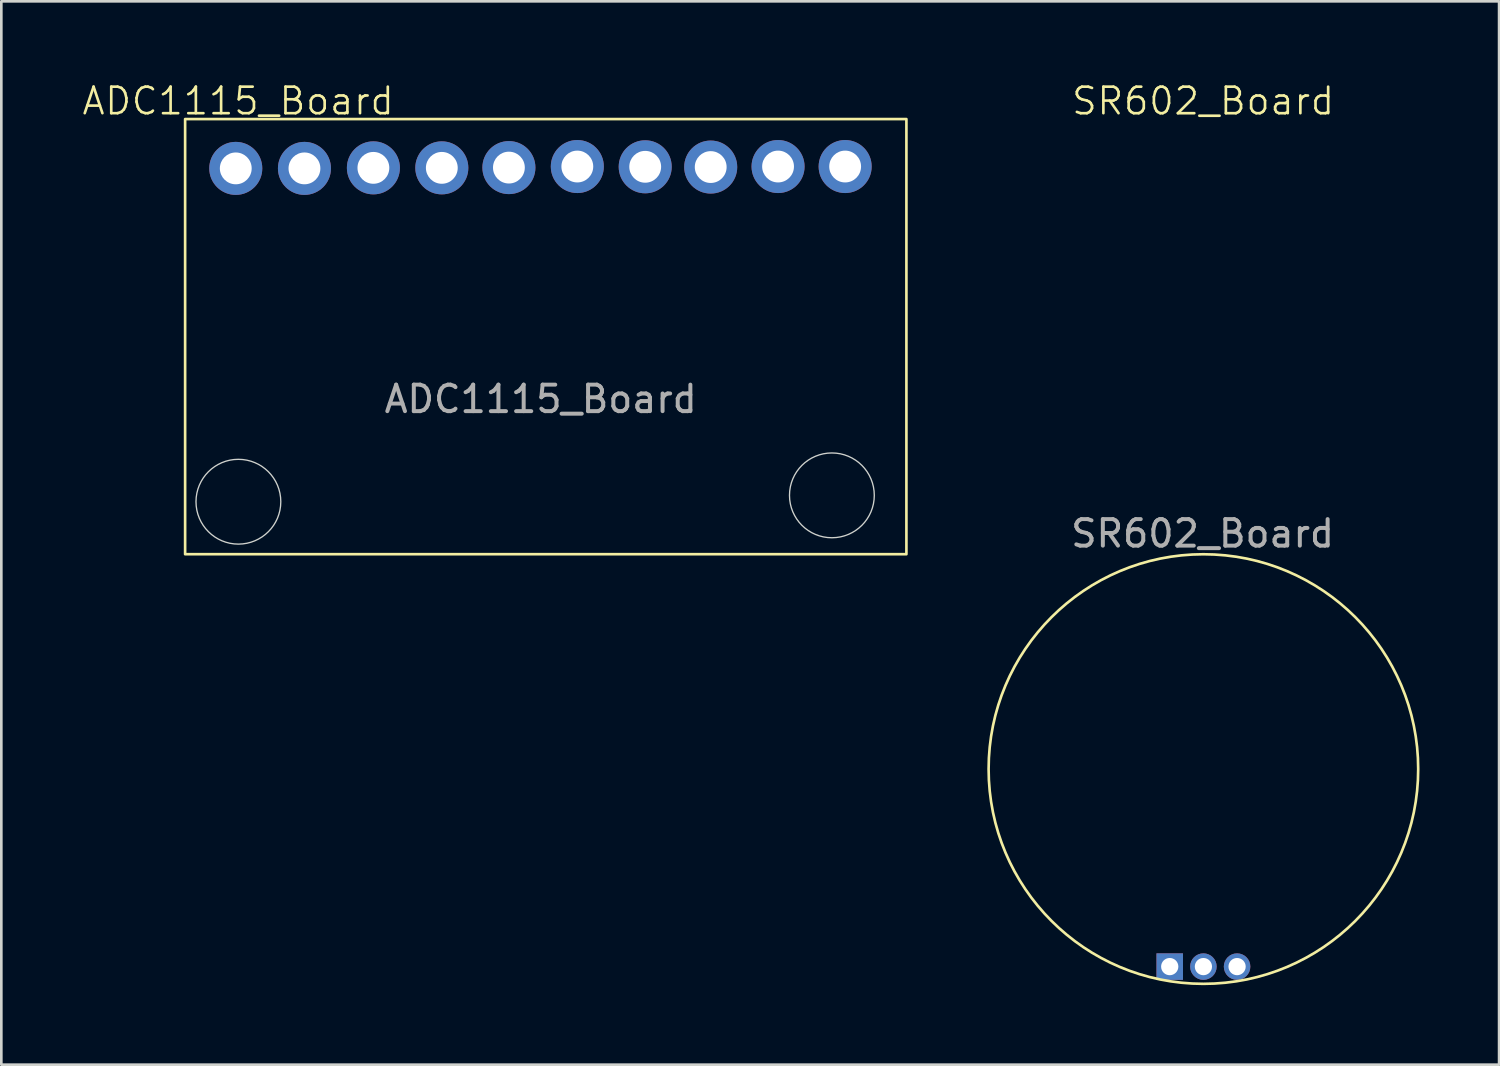
<source format=kicad_pcb>
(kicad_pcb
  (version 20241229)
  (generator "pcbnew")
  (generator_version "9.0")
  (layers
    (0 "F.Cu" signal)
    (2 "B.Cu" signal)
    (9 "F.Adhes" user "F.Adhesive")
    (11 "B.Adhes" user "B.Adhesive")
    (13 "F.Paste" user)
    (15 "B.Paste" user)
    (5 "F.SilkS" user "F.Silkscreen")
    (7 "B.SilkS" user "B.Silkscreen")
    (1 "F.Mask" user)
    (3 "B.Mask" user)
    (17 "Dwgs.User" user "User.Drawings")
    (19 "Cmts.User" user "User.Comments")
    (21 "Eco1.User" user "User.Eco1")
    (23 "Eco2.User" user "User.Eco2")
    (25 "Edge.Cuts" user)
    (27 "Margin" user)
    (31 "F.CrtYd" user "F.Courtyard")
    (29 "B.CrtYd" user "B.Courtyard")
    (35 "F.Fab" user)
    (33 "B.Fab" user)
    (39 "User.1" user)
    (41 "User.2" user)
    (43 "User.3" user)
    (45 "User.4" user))
  (footprint "ADC1115_Board"
    (layer "F.Cu")
    (at 17.331 11.32)
    (property "Reference" "ADC1115_Board" (at -11.4 -10.56 0) (unlocked yes) (layer "F.SilkS") (effects (font (size 1 1) (thickness 0.1))))
    (attr smd)
    (fp_rect (start -13.4 -9.88) (end 13.8 6.53) (stroke (width 0.1) (type default)) (fill no) (layer "F.SilkS"))
    (fp_circle (center -11.391 4.55) (end -9.831 4.2) (stroke (width 0.05) (type default)) (fill no) (layer "Edge.Cuts"))
    (fp_circle (center 10.99 4.31) (end 12.55 3.96) (stroke (width 0.05) (type default)) (fill no) (layer "Edge.Cuts"))
    (fp_text user "${REFERENCE}" (at 0.01 0.68 0) (unlocked yes) (layer "F.Fab") (effects (font (size 1 1) (thickness 0.15))))
    (pad "1" thru_hole circle (at -11.49 -8.02) (size 2 2) (drill 1.2) (layers "*.Cu" "*.Mask"))
    (pad "1" thru_hole circle (at -8.9 -8.02) (size 2 2) (drill 1.2) (layers "*.Cu" "*.Mask"))
    (pad "1" thru_hole circle (at -6.3 -8.04) (size 2 2) (drill 1.2) (layers "*.Cu" "*.Mask"))
    (pad "1" thru_hole circle (at -3.72 -8.04) (size 2 2) (drill 1.2) (layers "*.Cu" "*.Mask"))
    (pad "1" thru_hole circle (at -1.19 -8.05) (size 2 2) (drill 1.2) (layers "*.Cu" "*.Mask"))
    (pad "1" thru_hole circle (at 1.39 -8.09) (size 2 2) (drill 1.2) (layers "*.Cu" "*.Mask"))
    (pad "1" thru_hole circle (at 3.95 -8.08) (size 2 2) (drill 1.2) (layers "*.Cu" "*.Mask"))
    (pad "1" thru_hole circle (at 6.42 -8.07) (size 2 2) (drill 1.2) (layers "*.Cu" "*.Mask"))
    (pad "1" thru_hole circle (at 8.96 -8.09) (size 2 2) (drill 1.2) (layers "*.Cu" "*.Mask"))
    (pad "1" thru_hole circle (at 11.49 -8.09) (size 2 2) (drill 1.2) (layers "*.Cu" "*.Mask")))
  (footprint "SR602_Board"
    (layer "F.Cu")
    (at 42.331 17.851)
    (property "Reference" "SR602_Board" (at -0.01 -17.09 0) (unlocked yes) (layer "F.SilkS") (effects (font (size 1 1) (thickness 0.1))))
    (attr through_hole)
    (fp_circle (center 0 8.1) (end 8.1 8.1) (stroke (width 0.1) (type default)) (fill no) (layer "F.SilkS"))
    (fp_text user "${REFERENCE}" (at -0.03 -0.78 0) (unlocked yes) (layer "F.Fab") (effects (font (size 1 1) (thickness 0.15))))
    (pad "1" thru_hole rect (at -1.27 15.55 90) (size 1 1) (drill 0.65) (layers "*.Cu" "*.Mask"))
    (pad "2" thru_hole oval (at 0 15.55 90) (size 1 1) (drill 0.65) (layers "*.Cu" "*.Mask"))
    (pad "3" thru_hole oval (at 1.27 15.55 90) (size 1 1) (drill 0.65) (layers "*.Cu" "*.Mask")))
  (gr_rect
    (start -3 -3)
    (end 53.481 37.1)
    (stroke (width 0.1) (type default))
    (fill no)
    (layer "Edge.Cuts")))
</source>
